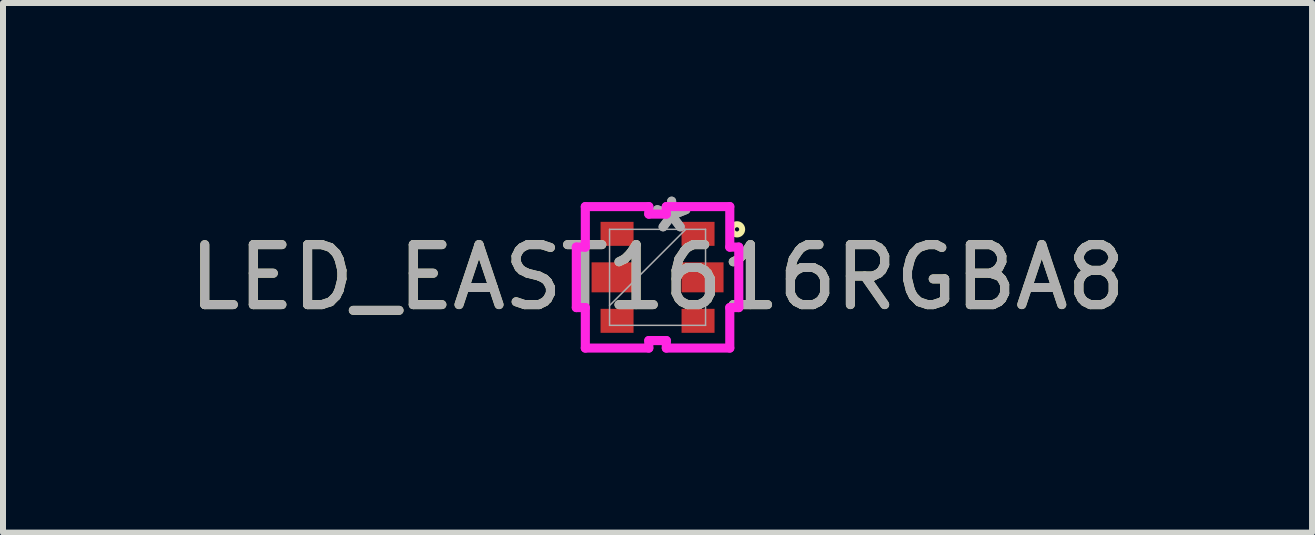
<source format=kicad_pcb>
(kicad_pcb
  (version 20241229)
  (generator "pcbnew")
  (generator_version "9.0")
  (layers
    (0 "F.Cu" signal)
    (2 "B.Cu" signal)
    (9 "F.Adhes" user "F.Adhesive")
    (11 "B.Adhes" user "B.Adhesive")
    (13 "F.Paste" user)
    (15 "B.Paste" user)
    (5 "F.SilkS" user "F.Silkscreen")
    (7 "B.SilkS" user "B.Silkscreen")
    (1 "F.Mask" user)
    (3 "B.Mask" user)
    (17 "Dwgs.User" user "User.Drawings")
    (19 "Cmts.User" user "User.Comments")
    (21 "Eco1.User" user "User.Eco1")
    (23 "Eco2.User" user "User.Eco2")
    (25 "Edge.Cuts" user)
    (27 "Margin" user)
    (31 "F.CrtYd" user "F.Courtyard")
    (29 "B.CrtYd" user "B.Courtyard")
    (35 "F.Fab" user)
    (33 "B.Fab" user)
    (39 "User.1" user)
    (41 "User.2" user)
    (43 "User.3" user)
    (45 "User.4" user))
  (footprint "LED_EAST1616RGBA8"
    (layer "F.Cu")
    (at 7.911 1.573)
    (property "Reference" "LED_EAST1616RGBA8" (at 0 0 0) (unlocked yes) (layer "F.SilkS") (effects (font (size 1 1) (thickness 0.15))))
    (attr smd)
    (fp_circle (center 1.325 -0.8) (end 1.35 -0.825) (stroke (width 0.1) (type default)) (fill no) (layer "F.SilkS"))
    (fp_line (start -1.354 -0.504) (end -1.354 0.504) (stroke (width 0.152) (type solid)) (layer "F.CrtYd"))
    (fp_line (start -1.354 0.504) (end -1.204 0.504) (stroke (width 0.152) (type solid)) (layer "F.CrtYd"))
    (fp_line (start -1.204 -1.179) (end -1.204 -0.504) (stroke (width 0.152) (type solid)) (layer "F.CrtYd"))
    (fp_line (start -1.204 -0.504) (end -1.354 -0.504) (stroke (width 0.152) (type solid)) (layer "F.CrtYd"))
    (fp_line (start -1.204 0.504) (end -1.204 1.179) (stroke (width 0.152) (type solid)) (layer "F.CrtYd"))
    (fp_line (start -1.204 1.179) (end -0.146 1.179) (stroke (width 0.152) (type solid)) (layer "F.CrtYd"))
    (fp_line (start -0.146 -1.179) (end -1.204 -1.179) (stroke (width 0.152) (type solid)) (layer "F.CrtYd"))
    (fp_line (start -0.146 -1.054) (end -0.146 -1.179) (stroke (width 0.152) (type solid)) (layer "F.CrtYd"))
    (fp_line (start -0.146 1.054) (end 0.146 1.054) (stroke (width 0.152) (type solid)) (layer "F.CrtYd"))
    (fp_line (start -0.146 1.179) (end -0.146 1.054) (stroke (width 0.152) (type solid)) (layer "F.CrtYd"))
    (fp_line (start 0.146 -1.179) (end 0.146 -1.054) (stroke (width 0.152) (type solid)) (layer "F.CrtYd"))
    (fp_line (start 0.146 -1.054) (end -0.146 -1.054) (stroke (width 0.152) (type solid)) (layer "F.CrtYd"))
    (fp_line (start 0.146 1.054) (end 0.146 1.179) (stroke (width 0.152) (type solid)) (layer "F.CrtYd"))
    (fp_line (start 0.146 1.179) (end 1.204 1.179) (stroke (width 0.152) (type solid)) (layer "F.CrtYd"))
    (fp_line (start 1.204 -1.179) (end 0.146 -1.179) (stroke (width 0.152) (type solid)) (layer "F.CrtYd"))
    (fp_line (start 1.204 -0.504) (end 1.204 -1.179) (stroke (width 0.152) (type solid)) (layer "F.CrtYd"))
    (fp_line (start 1.204 0.504) (end 1.354 0.504) (stroke (width 0.152) (type solid)) (layer "F.CrtYd"))
    (fp_line (start 1.204 1.179) (end 1.204 0.504) (stroke (width 0.152) (type solid)) (layer "F.CrtYd"))
    (fp_line (start 1.354 -0.504) (end 1.204 -0.504) (stroke (width 0.152) (type solid)) (layer "F.CrtYd"))
    (fp_line (start 1.354 0.504) (end 1.354 -0.504) (stroke (width 0.152) (type solid)) (layer "F.CrtYd"))
    (fp_line (start -0.8 -0.8) (end -0.8 0.8) (stroke (width 0.025) (type solid)) (layer "F.Fab"))
    (fp_line (start -0.8 0.47) (end 0.47 -0.8) (stroke (width 0.025) (type solid)) (layer "F.Fab"))
    (fp_line (start -0.8 0.8) (end 0.8 0.8) (stroke (width 0.025) (type solid)) (layer "F.Fab"))
    (fp_line (start 0.8 -0.8) (end -0.8 -0.8) (stroke (width 0.025) (type solid)) (layer "F.Fab"))
    (fp_line (start 0.8 0.8) (end 0.8 -0.8) (stroke (width 0.025) (type solid)) (layer "F.Fab"))
    (fp_text user "*" (at 0.235 -0.725 0) (layer "F.Fab") (effects (font (size 1 1) (thickness 0.15))))
    (fp_text user "${REFERENCE}" (at 0 0 0) (unlocked yes) (layer "F.Fab") (effects (font (size 1 1) (thickness 0.15))))
    (fp_text user "*" (at 0.235 -0.725 0) (unlocked yes) (layer "F.Fab") (effects (font (size 1 1) (thickness 0.15))))
    (pad "1" smd rect (at 0.675 -0.725) (size 0.55 0.4) (layers "F.Cu" "F.Mask" "F.Paste"))
    (pad "2" smd rect (at -0.675 -0.725) (size 0.55 0.4) (layers "F.Cu" "F.Mask" "F.Paste"))
    (pad "3" smd rect (at 0.75 0) (size 0.7 0.5) (layers "F.Cu" "F.Mask" "F.Paste"))
    (pad "4" smd rect (at -0.75 0) (size 0.7 0.5) (layers "F.Cu" "F.Mask" "F.Paste"))
    (pad "5" smd rect (at 0.675 0.725) (size 0.55 0.4) (layers "F.Cu" "F.Mask" "F.Paste"))
    (pad "6" smd rect (at -0.675 0.725) (size 0.55 0.4) (layers "F.Cu" "F.Mask" "F.Paste")))
  (gr_rect
    (start -3 -3)
    (end 18.821 5.828)
    (stroke (width 0.1) (type default))
    (fill no)
    (layer "Edge.Cuts")))
</source>
